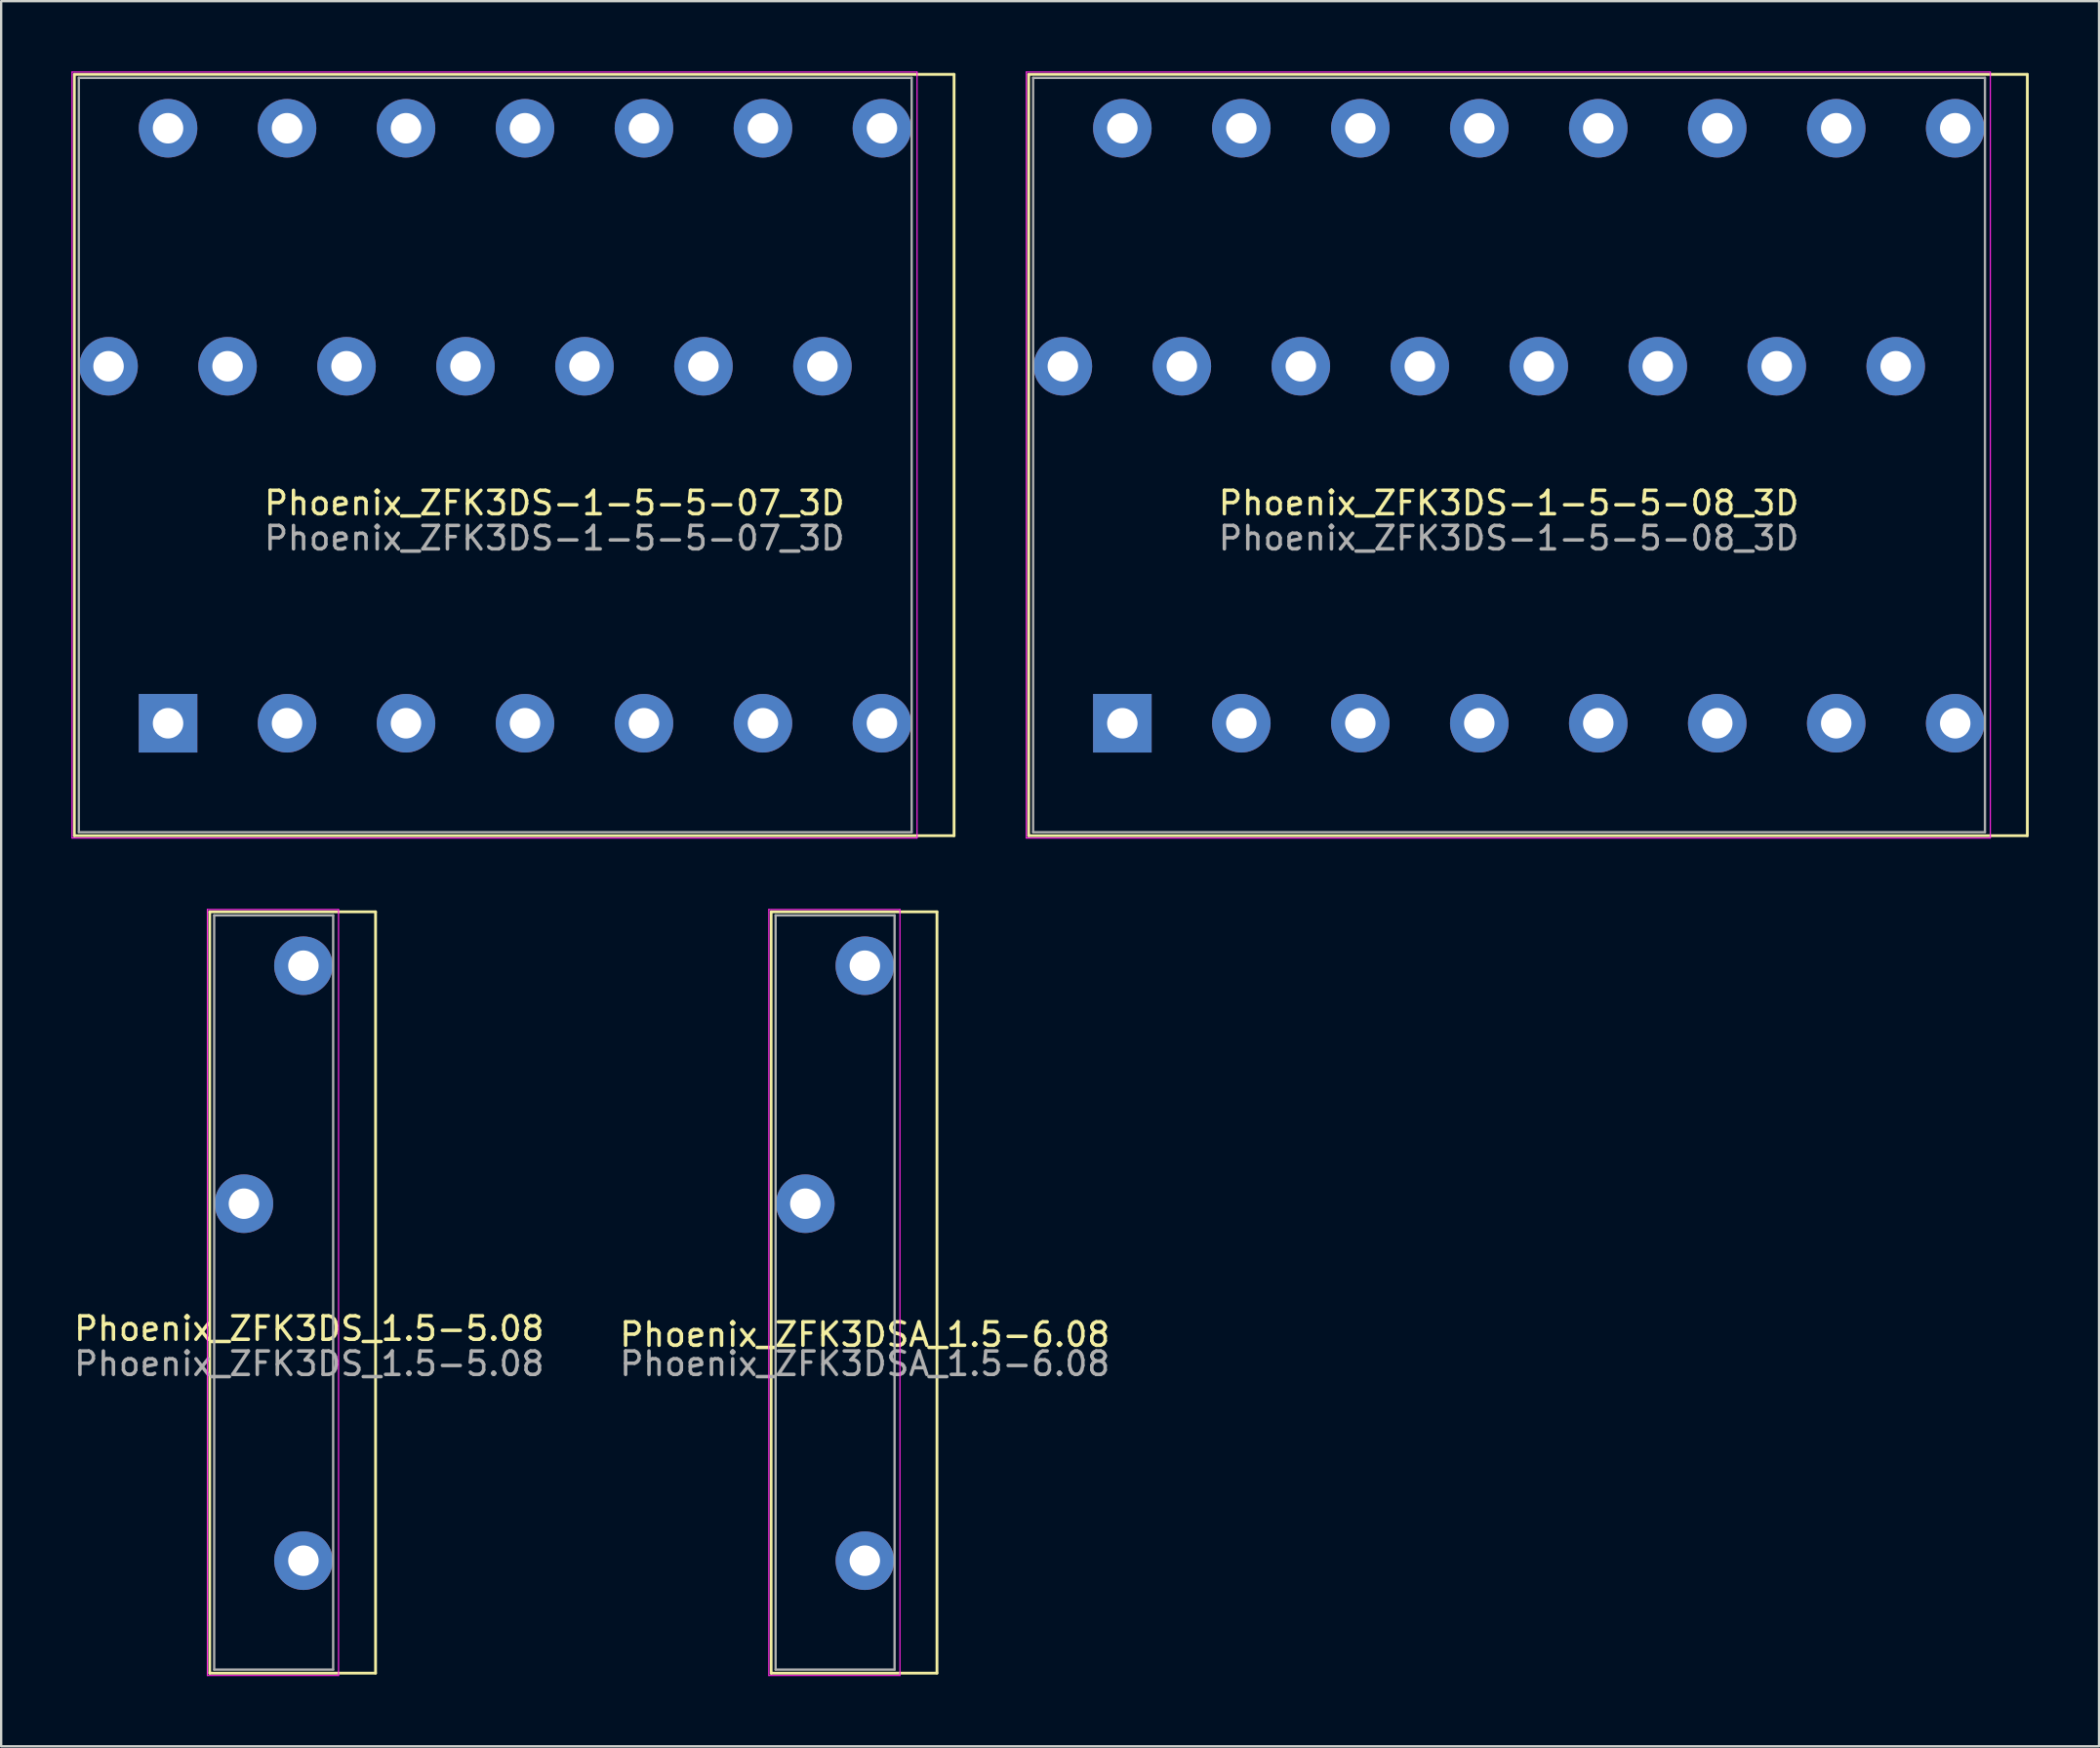
<source format=kicad_pcb>
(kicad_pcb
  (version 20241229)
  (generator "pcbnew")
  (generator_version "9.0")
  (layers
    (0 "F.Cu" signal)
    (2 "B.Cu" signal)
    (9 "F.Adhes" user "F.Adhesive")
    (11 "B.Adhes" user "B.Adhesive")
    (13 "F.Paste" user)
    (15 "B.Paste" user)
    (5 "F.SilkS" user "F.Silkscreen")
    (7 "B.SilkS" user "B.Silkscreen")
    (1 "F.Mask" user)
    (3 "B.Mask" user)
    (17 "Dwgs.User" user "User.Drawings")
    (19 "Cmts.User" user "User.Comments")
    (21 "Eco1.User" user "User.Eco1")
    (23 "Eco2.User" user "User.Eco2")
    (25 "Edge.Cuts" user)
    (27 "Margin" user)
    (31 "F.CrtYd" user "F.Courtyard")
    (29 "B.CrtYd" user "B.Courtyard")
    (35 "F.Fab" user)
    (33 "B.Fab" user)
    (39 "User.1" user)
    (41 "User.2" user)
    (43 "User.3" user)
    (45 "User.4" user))
  (footprint "Phoenix_ZFK3DSA_1.5-6.08"
    (layer "F.Cu")
    (at 33.875 63.575)
    (property "Reference" "Phoenix_ZFK3DSA_1.5-6.08" (at 0 -9.652 0) (layer "F.SilkS") (effects (font (size 1 1) (thickness 0.15))))
    (attr through_hole)
    (fp_line (start -4 -27.7) (end -4 4.8) (stroke (width 0.12) (type solid)) (layer "F.SilkS"))
    (fp_line (start -4 -27.7) (end 3.08 -27.7) (stroke (width 0.12) (type solid)) (layer "F.SilkS"))
    (fp_line (start 3.08 4.8) (end -4 4.8) (stroke (width 0.12) (type solid)) (layer "F.SilkS"))
    (fp_line (start 3.08 4.8) (end 3.08 -27.7) (stroke (width 0.12) (type solid)) (layer "F.SilkS"))
    (fp_line (start -4.1 -27.8) (end 1.5 -27.8) (stroke (width 0.05) (type solid)) (layer "F.CrtYd"))
    (fp_line (start -4.1 4.9) (end -4.1 -27.8) (stroke (width 0.05) (type solid)) (layer "F.CrtYd"))
    (fp_line (start 1.5 -27.8) (end 1.5 4.9) (stroke (width 0.05) (type solid)) (layer "F.CrtYd"))
    (fp_line (start 1.5 4.9) (end -4.1 4.9) (stroke (width 0.05) (type solid)) (layer "F.CrtYd"))
    (fp_line (start -3.81 -27.55) (end 1.27 -27.55) (stroke (width 0.1) (type solid)) (layer "F.Fab"))
    (fp_line (start -3.81 4.65) (end -3.81 -27.55) (stroke (width 0.1) (type solid)) (layer "F.Fab"))
    (fp_line (start 1.27 -27.55) (end 1.27 4.65) (stroke (width 0.1) (type solid)) (layer "F.Fab"))
    (fp_line (start 1.27 4.65) (end -3.81 4.65) (stroke (width 0.1) (type solid)) (layer "F.Fab"))
    (fp_text user "${REFERENCE}" (at 0 -8.408 0) (layer "F.Fab") (effects (font (size 1 1) (thickness 0.15))))
    (pad "1" thru_hole circle (at 0 0) (size 2.5 2.5) (drill 1.3) (layers "*.Cu" "*.Mask"))
    (pad "2" thru_hole circle (at -2.54 -15.24) (size 2.5 2.5) (drill 1.3) (layers "*.Cu" "*.Mask"))
    (pad "3" thru_hole circle (at 0 -25.4) (size 2.5 2.5) (drill 1.3) (layers "*.Cu" "*.Mask")))
  (footprint "Phoenix_ZFK3DS-1-5-5-08_3D"
    (layer "F.Cu")
    (at 44.87 27.825)
    (property "Reference" "Phoenix_ZFK3DS-1-5-5-08_3D" (at 16.5 -9.4 0) (layer "F.SilkS") (effects (font (size 1 1) (thickness 0.15))))
    (attr through_hole)
    (fp_line (start -4 -27.7) (end -4 4.8) (stroke (width 0.12) (type solid)) (layer "F.SilkS"))
    (fp_line (start -4 -27.7) (end 38.64 -27.7) (stroke (width 0.12) (type solid)) (layer "F.SilkS"))
    (fp_line (start 38.64 4.8) (end -4 4.8) (stroke (width 0.12) (type solid)) (layer "F.SilkS"))
    (fp_line (start 38.64 4.8) (end 38.64 -27.7) (stroke (width 0.12) (type solid)) (layer "F.SilkS"))
    (fp_line (start -4.1 -27.8) (end 37.06 -27.8) (stroke (width 0.05) (type solid)) (layer "F.CrtYd"))
    (fp_line (start -4.1 4.9) (end -4.1 -27.8) (stroke (width 0.05) (type solid)) (layer "F.CrtYd"))
    (fp_line (start 37.06 -27.8) (end 37.06 4.9) (stroke (width 0.05) (type solid)) (layer "F.CrtYd"))
    (fp_line (start 37.06 4.9) (end -4.1 4.9) (stroke (width 0.05) (type solid)) (layer "F.CrtYd"))
    (fp_line (start -3.81 -27.55) (end 36.83 -27.55) (stroke (width 0.1) (type solid)) (layer "F.Fab"))
    (fp_line (start -3.81 4.65) (end -3.81 -27.55) (stroke (width 0.1) (type solid)) (layer "F.Fab"))
    (fp_line (start 36.83 -27.55) (end 36.83 4.65) (stroke (width 0.1) (type solid)) (layer "F.Fab"))
    (fp_line (start 36.83 4.65) (end -3.81 4.65) (stroke (width 0.1) (type solid)) (layer "F.Fab"))
    (fp_text user "${REFERENCE}" (at 16.5 -7.9 0) (layer "F.Fab") (effects (font (size 1 1) (thickness 0.15))))
    (pad "1" thru_hole rect (at 0 0) (size 2.5 2.5) (drill 1.3) (layers "*.Cu" "*.Mask"))
    (pad "2" thru_hole circle (at -2.54 -15.24) (size 2.5 2.5) (drill 1.3) (layers "*.Cu" "*.Mask"))
    (pad "3" thru_hole circle (at 0 -25.4) (size 2.5 2.5) (drill 1.3) (layers "*.Cu" "*.Mask"))
    (pad "4" thru_hole circle (at 5.08 0) (size 2.5 2.5) (drill 1.3) (layers "*.Cu" "*.Mask"))
    (pad "5" thru_hole circle (at 2.54 -15.24) (size 2.5 2.5) (drill 1.3) (layers "*.Cu" "*.Mask"))
    (pad "6" thru_hole circle (at 5.08 -25.4) (size 2.5 2.5) (drill 1.3) (layers "*.Cu" "*.Mask"))
    (pad "7" thru_hole circle (at 10.16 0) (size 2.5 2.5) (drill 1.3) (layers "*.Cu" "*.Mask"))
    (pad "8" thru_hole circle (at 7.62 -15.24) (size 2.5 2.5) (drill 1.3) (layers "*.Cu" "*.Mask"))
    (pad "9" thru_hole circle (at 10.16 -25.4) (size 2.5 2.5) (drill 1.3) (layers "*.Cu" "*.Mask"))
    (pad "10" thru_hole circle (at 15.24 0) (size 2.5 2.5) (drill 1.3) (layers "*.Cu" "*.Mask"))
    (pad "11" thru_hole circle (at 12.7 -15.24) (size 2.5 2.5) (drill 1.3) (layers "*.Cu" "*.Mask"))
    (pad "12" thru_hole circle (at 15.24 -25.4) (size 2.5 2.5) (drill 1.3) (layers "*.Cu" "*.Mask"))
    (pad "13" thru_hole circle (at 20.32 0) (size 2.5 2.5) (drill 1.3) (layers "*.Cu" "*.Mask"))
    (pad "14" thru_hole circle (at 17.78 -15.24) (size 2.5 2.5) (drill 1.3) (layers "*.Cu" "*.Mask"))
    (pad "15" thru_hole circle (at 20.32 -25.4) (size 2.5 2.5) (drill 1.3) (layers "*.Cu" "*.Mask"))
    (pad "16" thru_hole circle (at 25.4 0) (size 2.5 2.5) (drill 1.3) (layers "*.Cu" "*.Mask"))
    (pad "17" thru_hole circle (at 22.86 -15.24) (size 2.5 2.5) (drill 1.3) (layers "*.Cu" "*.Mask"))
    (pad "18" thru_hole circle (at 25.4 -25.4) (size 2.5 2.5) (drill 1.3) (layers "*.Cu" "*.Mask"))
    (pad "19" thru_hole circle (at 30.48 0) (size 2.5 2.5) (drill 1.3) (layers "*.Cu" "*.Mask"))
    (pad "20" thru_hole circle (at 27.94 -15.24) (size 2.5 2.5) (drill 1.3) (layers "*.Cu" "*.Mask"))
    (pad "21" thru_hole circle (at 30.48 -25.4) (size 2.5 2.5) (drill 1.3) (layers "*.Cu" "*.Mask"))
    (pad "22" thru_hole circle (at 35.56 0) (size 2.5 2.5) (drill 1.3) (layers "*.Cu" "*.Mask"))
    (pad "23" thru_hole circle (at 33.02 -15.24) (size 2.5 2.5) (drill 1.3) (layers "*.Cu" "*.Mask"))
    (pad "24" thru_hole circle (at 35.56 -25.4) (size 2.5 2.5) (drill 1.3) (layers "*.Cu" "*.Mask")))
  (footprint "Phoenix_ZFK3DS_1.5-5.08"
    (layer "F.Cu")
    (at 9.905 63.575)
    (property "Reference" "Phoenix_ZFK3DS_1.5-5.08" (at 0.244 -9.908 0) (layer "F.SilkS") (effects (font (size 1 1) (thickness 0.15))))
    (attr through_hole)
    (fp_line (start -4 -27.7) (end -4 4.8) (stroke (width 0.12) (type solid)) (layer "F.SilkS"))
    (fp_line (start -4 -27.7) (end 3.08 -27.7) (stroke (width 0.12) (type solid)) (layer "F.SilkS"))
    (fp_line (start 3.08 4.8) (end -4 4.8) (stroke (width 0.12) (type solid)) (layer "F.SilkS"))
    (fp_line (start 3.08 4.8) (end 3.08 -27.7) (stroke (width 0.12) (type solid)) (layer "F.SilkS"))
    (fp_line (start -4.1 -27.8) (end 1.5 -27.8) (stroke (width 0.05) (type solid)) (layer "F.CrtYd"))
    (fp_line (start -4.1 4.9) (end -4.1 -27.8) (stroke (width 0.05) (type solid)) (layer "F.CrtYd"))
    (fp_line (start 1.5 -27.8) (end 1.5 4.9) (stroke (width 0.05) (type solid)) (layer "F.CrtYd"))
    (fp_line (start 1.5 4.9) (end -4.1 4.9) (stroke (width 0.05) (type solid)) (layer "F.CrtYd"))
    (fp_line (start -3.81 -27.55) (end 1.27 -27.55) (stroke (width 0.1) (type solid)) (layer "F.Fab"))
    (fp_line (start -3.81 4.65) (end -3.81 -27.55) (stroke (width 0.1) (type solid)) (layer "F.Fab"))
    (fp_line (start 1.27 -27.55) (end 1.27 4.65) (stroke (width 0.1) (type solid)) (layer "F.Fab"))
    (fp_line (start 1.27 4.65) (end -3.81 4.65) (stroke (width 0.1) (type solid)) (layer "F.Fab"))
    (fp_text user "${REFERENCE}" (at 0.244 -8.408 0) (layer "F.Fab") (effects (font (size 1 1) (thickness 0.15))))
    (pad "1" thru_hole circle (at 0 0) (size 2.5 2.5) (drill 1.3) (layers "*.Cu" "*.Mask"))
    (pad "2" thru_hole circle (at -2.54 -15.24) (size 2.5 2.5) (drill 1.3) (layers "*.Cu" "*.Mask"))
    (pad "3" thru_hole circle (at 0 -25.4) (size 2.5 2.5) (drill 1.3) (layers "*.Cu" "*.Mask")))
  (footprint "Phoenix_ZFK3DS-1-5-5-07_3D"
    (layer "F.Cu")
    (at 4.125 27.825)
    (property "Reference" "Phoenix_ZFK3DS-1-5-5-07_3D" (at 16.5 -9.4 0) (layer "F.SilkS") (effects (font (size 1 1) (thickness 0.15))))
    (attr through_hole)
    (fp_line (start -4 -27.7) (end -4 4.8) (stroke (width 0.12) (type solid)) (layer "F.SilkS"))
    (fp_line (start -4 -27.7) (end 33.56 -27.7) (stroke (width 0.12) (type solid)) (layer "F.SilkS"))
    (fp_line (start 33.56 4.8) (end -4 4.8) (stroke (width 0.12) (type solid)) (layer "F.SilkS"))
    (fp_line (start 33.56 4.8) (end 33.56 -27.7) (stroke (width 0.12) (type solid)) (layer "F.SilkS"))
    (fp_line (start -4.1 -27.8) (end 31.98 -27.8) (stroke (width 0.05) (type solid)) (layer "F.CrtYd"))
    (fp_line (start -4.1 4.9) (end -4.1 -27.8) (stroke (width 0.05) (type solid)) (layer "F.CrtYd"))
    (fp_line (start 31.98 -27.8) (end 31.98 4.9) (stroke (width 0.05) (type solid)) (layer "F.CrtYd"))
    (fp_line (start 31.98 4.9) (end -4.1 4.9) (stroke (width 0.05) (type solid)) (layer "F.CrtYd"))
    (fp_line (start -3.81 -27.55) (end 31.75 -27.55) (stroke (width 0.1) (type solid)) (layer "F.Fab"))
    (fp_line (start -3.81 4.65) (end -3.81 -27.55) (stroke (width 0.1) (type solid)) (layer "F.Fab"))
    (fp_line (start 31.75 -27.55) (end 31.75 4.65) (stroke (width 0.1) (type solid)) (layer "F.Fab"))
    (fp_line (start 31.75 4.65) (end -3.81 4.65) (stroke (width 0.1) (type solid)) (layer "F.Fab"))
    (fp_text user "${REFERENCE}" (at 16.5 -7.9 0) (layer "F.Fab") (effects (font (size 1 1) (thickness 0.15))))
    (pad "1" thru_hole rect (at 0 0) (size 2.5 2.5) (drill 1.3) (layers "*.Cu" "*.Mask"))
    (pad "2" thru_hole circle (at -2.54 -15.24) (size 2.5 2.5) (drill 1.3) (layers "*.Cu" "*.Mask"))
    (pad "3" thru_hole circle (at 0 -25.4) (size 2.5 2.5) (drill 1.3) (layers "*.Cu" "*.Mask"))
    (pad "4" thru_hole circle (at 5.08 0) (size 2.5 2.5) (drill 1.3) (layers "*.Cu" "*.Mask"))
    (pad "5" thru_hole circle (at 2.54 -15.24) (size 2.5 2.5) (drill 1.3) (layers "*.Cu" "*.Mask"))
    (pad "6" thru_hole circle (at 5.08 -25.4) (size 2.5 2.5) (drill 1.3) (layers "*.Cu" "*.Mask"))
    (pad "7" thru_hole circle (at 10.16 0) (size 2.5 2.5) (drill 1.3) (layers "*.Cu" "*.Mask"))
    (pad "8" thru_hole circle (at 7.62 -15.24) (size 2.5 2.5) (drill 1.3) (layers "*.Cu" "*.Mask"))
    (pad "9" thru_hole circle (at 10.16 -25.4) (size 2.5 2.5) (drill 1.3) (layers "*.Cu" "*.Mask"))
    (pad "10" thru_hole circle (at 15.24 0) (size 2.5 2.5) (drill 1.3) (layers "*.Cu" "*.Mask"))
    (pad "11" thru_hole circle (at 12.7 -15.24) (size 2.5 2.5) (drill 1.3) (layers "*.Cu" "*.Mask"))
    (pad "12" thru_hole circle (at 15.24 -25.4) (size 2.5 2.5) (drill 1.3) (layers "*.Cu" "*.Mask"))
    (pad "13" thru_hole circle (at 20.32 0) (size 2.5 2.5) (drill 1.3) (layers "*.Cu" "*.Mask"))
    (pad "14" thru_hole circle (at 17.78 -15.24) (size 2.5 2.5) (drill 1.3) (layers "*.Cu" "*.Mask"))
    (pad "15" thru_hole circle (at 20.32 -25.4) (size 2.5 2.5) (drill 1.3) (layers "*.Cu" "*.Mask"))
    (pad "16" thru_hole circle (at 25.4 0) (size 2.5 2.5) (drill 1.3) (layers "*.Cu" "*.Mask"))
    (pad "17" thru_hole circle (at 22.86 -15.24) (size 2.5 2.5) (drill 1.3) (layers "*.Cu" "*.Mask"))
    (pad "18" thru_hole circle (at 25.4 -25.4) (size 2.5 2.5) (drill 1.3) (layers "*.Cu" "*.Mask"))
    (pad "19" thru_hole circle (at 30.48 0) (size 2.5 2.5) (drill 1.3) (layers "*.Cu" "*.Mask"))
    (pad "20" thru_hole circle (at 27.94 -15.24) (size 2.5 2.5) (drill 1.3) (layers "*.Cu" "*.Mask"))
    (pad "21" thru_hole circle (at 30.48 -25.4) (size 2.5 2.5) (drill 1.3) (layers "*.Cu" "*.Mask")))
  (gr_rect
    (start -3 -3)
    (end 86.57 71.5)
    (stroke (width 0.1) (type default))
    (fill no)
    (layer "Edge.Cuts")))
</source>
